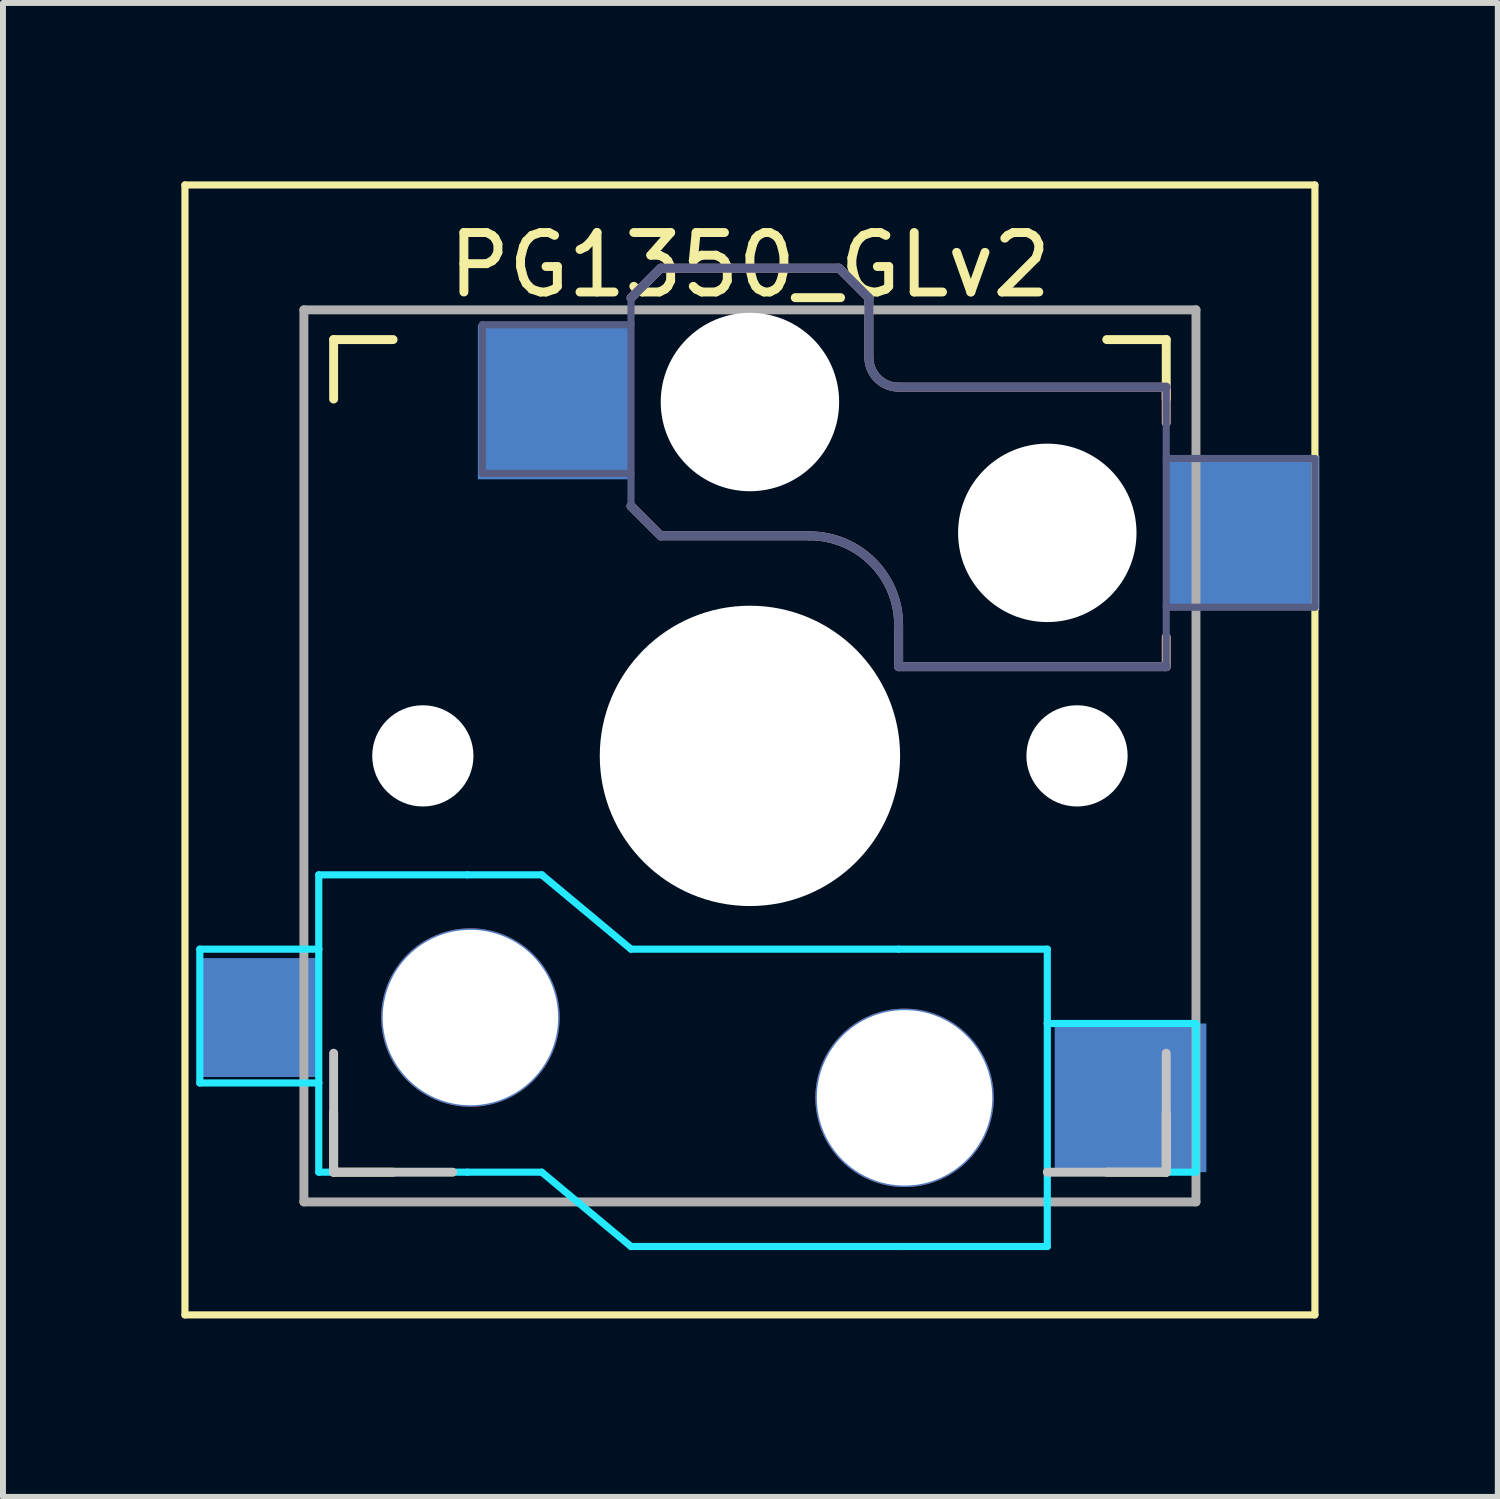
<source format=kicad_pcb>
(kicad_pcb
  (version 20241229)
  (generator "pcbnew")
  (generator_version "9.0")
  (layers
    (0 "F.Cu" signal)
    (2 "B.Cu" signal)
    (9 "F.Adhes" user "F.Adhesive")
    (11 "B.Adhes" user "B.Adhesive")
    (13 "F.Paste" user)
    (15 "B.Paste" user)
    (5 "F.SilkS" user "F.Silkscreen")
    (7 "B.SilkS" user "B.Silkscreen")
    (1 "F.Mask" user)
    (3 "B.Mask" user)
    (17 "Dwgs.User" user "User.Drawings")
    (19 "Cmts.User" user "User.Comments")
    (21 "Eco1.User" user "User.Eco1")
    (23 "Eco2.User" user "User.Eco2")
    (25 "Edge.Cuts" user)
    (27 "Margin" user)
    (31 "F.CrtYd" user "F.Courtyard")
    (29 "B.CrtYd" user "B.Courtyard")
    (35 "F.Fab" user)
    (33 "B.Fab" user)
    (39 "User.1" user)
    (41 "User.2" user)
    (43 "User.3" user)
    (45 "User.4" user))
  (footprint "PG1350_GLv2"
    (layer "F.Cu")
    (at 9.56 9.66)
    (property "Reference" "PG1350_GLv2" (at 0 -8.255 180) (layer "F.SilkS") (effects (font (size 1 1) (thickness 0.15))))
    (attr through_hole)
    (fp_line (start -9.5 -9.6) (end 9.5 -9.6) (stroke (width 0.12) (type solid)) (layer "F.SilkS"))
    (fp_line (start -9.5 9.4) (end -9.5 -9.6) (stroke (width 0.12) (type solid)) (layer "F.SilkS"))
    (fp_line (start -7 -6) (end -7 -7) (stroke (width 0.15) (type solid)) (layer "F.SilkS"))
    (fp_line (start -7 7) (end -7 6) (stroke (width 0.15) (type solid)) (layer "F.SilkS"))
    (fp_line (start -7 7) (end -6 7) (stroke (width 0.15) (type solid)) (layer "F.SilkS"))
    (fp_line (start -6 -7) (end -7 -7) (stroke (width 0.15) (type solid)) (layer "F.SilkS"))
    (fp_line (start 6 7) (end 7 7) (stroke (width 0.15) (type solid)) (layer "F.SilkS"))
    (fp_line (start 7 -7) (end 6 -7) (stroke (width 0.15) (type solid)) (layer "F.SilkS"))
    (fp_line (start 7 -7) (end 7 -6) (stroke (width 0.15) (type solid)) (layer "F.SilkS"))
    (fp_line (start 7 6) (end 7 7) (stroke (width 0.15) (type solid)) (layer "F.SilkS"))
    (fp_line (start 9.5 -9.6) (end 9.5 9.4) (stroke (width 0.12) (type solid)) (layer "F.SilkS"))
    (fp_line (start 9.5 9.4) (end -9.5 9.4) (stroke (width 0.12) (type solid)) (layer "F.SilkS"))
    (fp_line (start -2 -7.7) (end -1.5 -8.2) (stroke (width 0.15) (type solid)) (layer "B.SilkS"))
    (fp_line (start -2 -4.2) (end -1.5 -3.7) (stroke (width 0.15) (type solid)) (layer "B.SilkS"))
    (fp_line (start -1.5 -8.2) (end 1.5 -8.2) (stroke (width 0.15) (type solid)) (layer "B.SilkS"))
    (fp_line (start -1.5 -3.7) (end 1 -3.7) (stroke (width 0.15) (type solid)) (layer "B.SilkS"))
    (fp_line (start 1.5 -8.2) (end 2 -7.7) (stroke (width 0.15) (type solid)) (layer "B.SilkS"))
    (fp_line (start 2 -6.7) (end 2 -7.7) (stroke (width 0.15) (type solid)) (layer "B.SilkS"))
    (fp_line (start 2.5 -2.2) (end 2.5 -1.5) (stroke (width 0.15) (type solid)) (layer "B.SilkS"))
    (fp_line (start 2.5 -1.5) (end 7 -1.5) (stroke (width 0.15) (type solid)) (layer "B.SilkS"))
    (fp_line (start 7 -6.2) (end 2.5 -6.2) (stroke (width 0.15) (type solid)) (layer "B.SilkS"))
    (fp_line (start 7 -5.6) (end 7 -6.2) (stroke (width 0.15) (type solid)) (layer "B.SilkS"))
    (fp_line (start 7 -1.5) (end 7 -2) (stroke (width 0.15) (type solid)) (layer "B.SilkS"))
    (fp_arc (start 1 -3.7) (mid 2.06066 -3.26066) (end 2.5 -2.2) (stroke (width 0.15) (type solid)) (layer "B.SilkS"))
    (fp_arc (start 2.5 -6.2) (mid 2.146447 -6.346447) (end 2 -6.7) (stroke (width 0.15) (type solid)) (layer "B.SilkS"))
    (fp_line (start -7 7) (end -7 5) (stroke (width 0.15) (type solid)) (layer "Dwgs.User"))
    (fp_line (start -5 7) (end -7 7) (stroke (width 0.15) (type solid)) (layer "Dwgs.User"))
    (fp_line (start 5 7) (end 7 7) (stroke (width 0.15) (type solid)) (layer "Dwgs.User"))
    (fp_line (start 7 7) (end 7 5) (stroke (width 0.15) (type solid)) (layer "Dwgs.User"))
    (fp_line (start -6.9 6.9) (end -6.9 -6.9) (stroke (width 0.15) (type solid)) (layer "Eco2.User"))
    (fp_line (start -6.9 6.9) (end 6.9 6.9) (stroke (width 0.15) (type solid)) (layer "Eco2.User"))
    (fp_line (start -2.6 -3.1) (end -2.6 -6.3) (stroke (width 0.15) (type solid)) (layer "Eco2.User"))
    (fp_line (start -2.6 -3.1) (end 2.6 -3.1) (stroke (width 0.15) (type solid)) (layer "Eco2.User"))
    (fp_line (start 2.6 -6.3) (end -2.6 -6.3) (stroke (width 0.15) (type solid)) (layer "Eco2.User"))
    (fp_line (start 2.6 -3.1) (end 2.6 -6.3) (stroke (width 0.15) (type solid)) (layer "Eco2.User"))
    (fp_line (start 6.9 -6.9) (end -6.9 -6.9) (stroke (width 0.15) (type solid)) (layer "Eco2.User"))
    (fp_line (start 6.9 -6.9) (end 6.9 6.9) (stroke (width 0.15) (type solid)) (layer "Eco2.User"))
    (fp_line (start -9.25 3.25) (end -7.25 3.25) (stroke (width 0.12) (type solid)) (layer "B.CrtYd"))
    (fp_line (start -9.25 5.5) (end -9.25 3.25) (stroke (width 0.12) (type solid)) (layer "B.CrtYd"))
    (fp_line (start -7.25 2) (end -7.25 3.25) (stroke (width 0.12) (type solid)) (layer "B.CrtYd"))
    (fp_line (start -7.25 3.25) (end -7.25 5.5) (stroke (width 0.12) (type solid)) (layer "B.CrtYd"))
    (fp_line (start -7.25 5.5) (end -9.25 5.5) (stroke (width 0.12) (type solid)) (layer "B.CrtYd"))
    (fp_line (start -7.25 7) (end -7.25 5.5) (stroke (width 0.12) (type solid)) (layer "B.CrtYd"))
    (fp_line (start -4.75 2) (end -7.25 2) (stroke (width 0.12) (type solid)) (layer "B.CrtYd"))
    (fp_line (start -4.75 2) (end -3.5 2) (stroke (width 0.12) (type solid)) (layer "B.CrtYd"))
    (fp_line (start -4.75 7) (end -7.25 7) (stroke (width 0.12) (type solid)) (layer "B.CrtYd"))
    (fp_line (start -4.75 7) (end -3.5 7) (stroke (width 0.12) (type solid)) (layer "B.CrtYd"))
    (fp_line (start -3.5 2) (end -2 3.25) (stroke (width 0.12) (type solid)) (layer "B.CrtYd"))
    (fp_line (start -3.5 7) (end -2 8.25) (stroke (width 0.12) (type solid)) (layer "B.CrtYd"))
    (fp_line (start -2 3.25) (end 2.5 3.25) (stroke (width 0.12) (type solid)) (layer "B.CrtYd"))
    (fp_line (start -2 8.25) (end 2.5 8.25) (stroke (width 0.12) (type solid)) (layer "B.CrtYd"))
    (fp_line (start 2.5 3.25) (end 5 3.25) (stroke (width 0.12) (type solid)) (layer "B.CrtYd"))
    (fp_line (start 2.5 8.25) (end 5 8.25) (stroke (width 0.12) (type solid)) (layer "B.CrtYd"))
    (fp_line (start 5 3.25) (end 5 4.5) (stroke (width 0.12) (type solid)) (layer "B.CrtYd"))
    (fp_line (start 5 4.5) (end 7.5 4.5) (stroke (width 0.12) (type solid)) (layer "B.CrtYd"))
    (fp_line (start 5 7) (end 5 4.5) (stroke (width 0.12) (type solid)) (layer "B.CrtYd"))
    (fp_line (start 5 8.25) (end 5 7) (stroke (width 0.12) (type solid)) (layer "B.CrtYd"))
    (fp_line (start 7.5 4.5) (end 7.5 7) (stroke (width 0.12) (type solid)) (layer "B.CrtYd"))
    (fp_line (start 7.5 7) (end 5 7) (stroke (width 0.12) (type solid)) (layer "B.CrtYd"))
    (fp_line (start -4.5 -7.25) (end -2 -7.25) (stroke (width 0.12) (type solid)) (layer "B.Fab"))
    (fp_line (start -4.5 -4.75) (end -4.5 -7.25) (stroke (width 0.12) (type solid)) (layer "B.Fab"))
    (fp_line (start -2 -7.7) (end -1.5 -8.2) (stroke (width 0.15) (type solid)) (layer "B.Fab"))
    (fp_line (start -2 -4.75) (end -4.5 -4.75) (stroke (width 0.12) (type solid)) (layer "B.Fab"))
    (fp_line (start -2 -4.25) (end -2 -7.7) (stroke (width 0.12) (type solid)) (layer "B.Fab"))
    (fp_line (start -2 -4.2) (end -1.5 -3.7) (stroke (width 0.15) (type solid)) (layer "B.Fab"))
    (fp_line (start -1.5 -8.2) (end 1.5 -8.2) (stroke (width 0.15) (type solid)) (layer "B.Fab"))
    (fp_line (start -1.5 -3.7) (end 1 -3.7) (stroke (width 0.15) (type solid)) (layer "B.Fab"))
    (fp_line (start 1.5 -8.2) (end 2 -7.7) (stroke (width 0.15) (type solid)) (layer "B.Fab"))
    (fp_line (start 2 -6.7) (end 2 -7.7) (stroke (width 0.15) (type solid)) (layer "B.Fab"))
    (fp_line (start 2.5 -2.2) (end 2.5 -1.5) (stroke (width 0.15) (type solid)) (layer "B.Fab"))
    (fp_line (start 2.5 -1.5) (end 7 -1.5) (stroke (width 0.15) (type solid)) (layer "B.Fab"))
    (fp_line (start 7 -6.2) (end 2.5 -6.2) (stroke (width 0.15) (type solid)) (layer "B.Fab"))
    (fp_line (start 7 -5) (end 9.5 -5) (stroke (width 0.12) (type solid)) (layer "B.Fab"))
    (fp_line (start 7 -1.5) (end 7 -6.2) (stroke (width 0.12) (type solid)) (layer "B.Fab"))
    (fp_line (start 9.5 -5) (end 9.5 -2.5) (stroke (width 0.12) (type solid)) (layer "B.Fab"))
    (fp_line (start 9.5 -2.5) (end 7 -2.5) (stroke (width 0.12) (type solid)) (layer "B.Fab"))
    (fp_arc (start 1 -3.7) (mid 2.06066 -3.26066) (end 2.5 -2.2) (stroke (width 0.15) (type solid)) (layer "B.Fab"))
    (fp_arc (start 2.5 -6.2) (mid 2.146447 -6.346447) (end 2 -6.7) (stroke (width 0.15) (type solid)) (layer "B.Fab"))
    (fp_line (start -7.5 -7.5) (end 7.5 -7.5) (stroke (width 0.15) (type solid)) (layer "F.Fab"))
    (fp_line (start -7.5 7.5) (end -7.5 -7.5) (stroke (width 0.15) (type solid)) (layer "F.Fab"))
    (fp_line (start 7.5 -7.5) (end 7.5 7.5) (stroke (width 0.15) (type solid)) (layer "F.Fab"))
    (fp_line (start 7.5 7.5) (end -7.5 7.5) (stroke (width 0.15) (type solid)) (layer "F.Fab"))
    (pad "" np_thru_hole circle (at -5.5 0) (size 1.702 1.702) (drill 1.702) (layers "*.Cu" "*.Mask"))
    (pad "" np_thru_hole circle (at -4.7 4.4) (size 3 3) (drill 2.95) (layers "*.Cu" "*.Mask"))
    (pad "" np_thru_hole circle (at 0 -5.95) (size 3 3) (drill 3) (layers "*.Cu" "*.Mask"))
    (pad "" np_thru_hole circle (at 0 0) (size 5.05 5.05) (drill 5.05) (layers "*.Cu" "*.Mask"))
    (pad "" np_thru_hole circle (at 2.6 5.75) (size 3 3) (drill 2.95) (layers "*.Cu" "*.Mask"))
    (pad "" np_thru_hole circle (at 5 -3.75) (size 3 3) (drill 3) (layers "*.Cu" "*.Mask"))
    (pad "" np_thru_hole circle (at 5.5 0) (size 1.702 1.702) (drill 1.702) (layers "*.Cu" "*.Mask"))
    (pad "1" smd rect (at -8.2 4.4) (size 2 2) (layers "B.Cu" "B.Mask" "B.Paste"))
    (pad "1" smd rect (at -3.275 -5.95) (size 2.6 2.6) (layers "B.Cu" "B.Mask" "B.Paste"))
    (pad "2" smd rect (at 6.4 5.75) (size 2.55 2.5) (layers "B.Cu" "B.Mask" "B.Paste"))
    (pad "2" smd rect (at 8.275 -3.75) (size 2.6 2.6) (layers "B.Cu" "B.Mask" "B.Paste")))
  (gr_rect
    (start -3 -3)
    (end 22.135 22.12)
    (stroke (width 0.1) (type default))
    (fill no)
    (layer "Edge.Cuts")))
</source>
